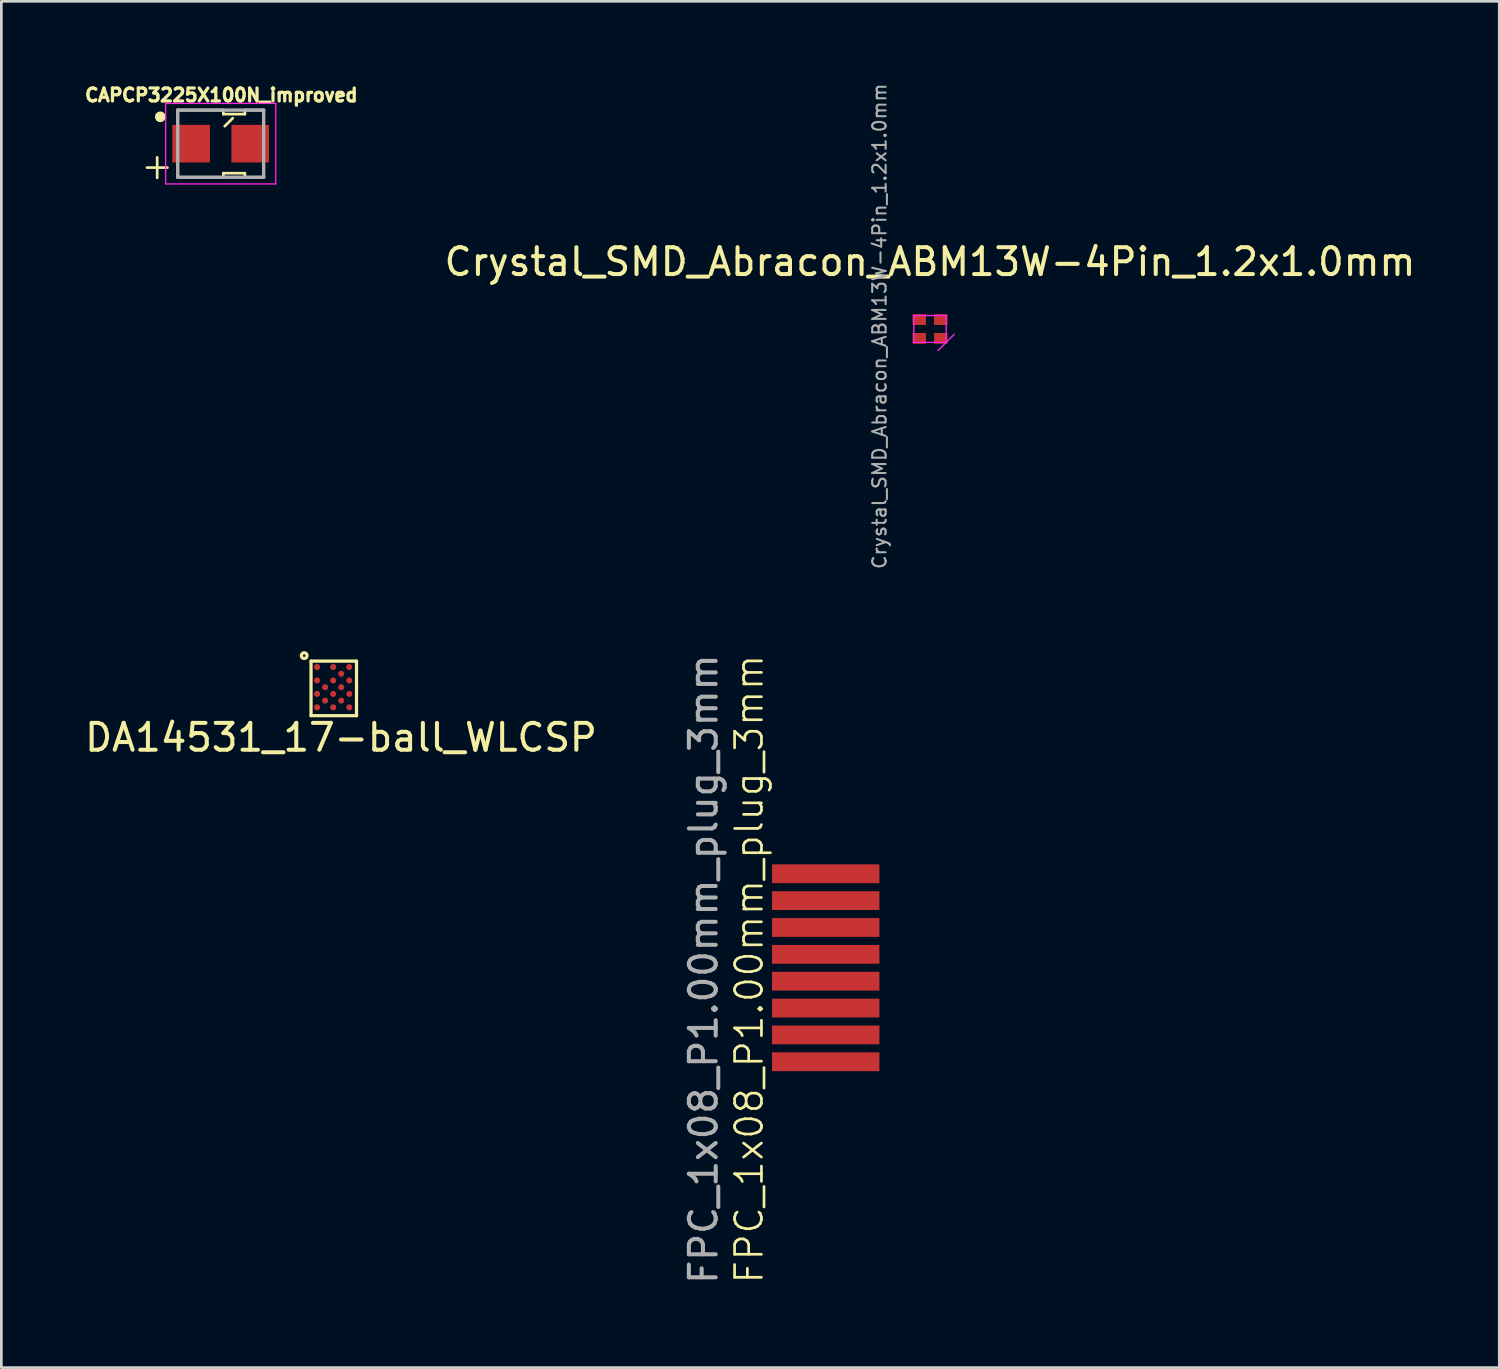
<source format=kicad_pcb>
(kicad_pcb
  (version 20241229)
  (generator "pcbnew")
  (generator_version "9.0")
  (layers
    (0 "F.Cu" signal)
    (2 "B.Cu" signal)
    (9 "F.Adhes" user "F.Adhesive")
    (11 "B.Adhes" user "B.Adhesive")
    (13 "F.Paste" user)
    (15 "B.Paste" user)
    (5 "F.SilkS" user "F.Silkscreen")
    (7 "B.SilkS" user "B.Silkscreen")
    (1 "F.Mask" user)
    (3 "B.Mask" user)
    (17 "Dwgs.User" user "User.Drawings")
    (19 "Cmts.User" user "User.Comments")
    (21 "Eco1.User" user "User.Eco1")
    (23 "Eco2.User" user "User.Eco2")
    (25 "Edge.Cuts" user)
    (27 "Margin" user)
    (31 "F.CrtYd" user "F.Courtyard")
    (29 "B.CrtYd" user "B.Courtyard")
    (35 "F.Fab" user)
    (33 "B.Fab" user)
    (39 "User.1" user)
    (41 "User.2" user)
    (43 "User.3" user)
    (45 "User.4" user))
  (footprint "DA14531_17-ball_WLCSP"
    (layer "F.Cu")
    (at 9.378 22.583)
    (property "Reference" "DA14531_17-ball_WLCSP" (at 0.271 1.829 0) (layer "F.SilkS") (effects (font (size 1 1) (thickness 0.15))))
    (attr through_hole)
    (fp_line (start -0.846 -1.016) (end -0.846 1.016) (stroke (width 0.12) (type solid)) (layer "F.SilkS"))
    (fp_line (start -0.846 1.016) (end 0.847 1.016) (stroke (width 0.12) (type solid)) (layer "F.SilkS"))
    (fp_line (start 0.847 -1.016) (end -0.846 -1.016) (stroke (width 0.12) (type solid)) (layer "F.SilkS"))
    (fp_line (start 0.847 1.016) (end 0.847 -1.016) (stroke (width 0.12) (type solid)) (layer "F.SilkS"))
    (fp_circle (center -1.1 -1.219) (end -1.024 -1.143) (stroke (width 0.12) (type solid)) (fill no) (layer "F.SilkS"))
    (pad "A1" smd circle (at -0.622 -0.795) (size 0.227 0.227) (layers "F.Cu" "F.Mask" "F.Paste"))
    (pad "A3" smd circle (at -0.022 -0.795) (size 0.227 0.227) (layers "F.Cu" "F.Mask" "F.Paste"))
    (pad "A5" smd circle (at 0.578 -0.795) (size 0.227 0.227) (layers "F.Cu" "F.Mask" "F.Paste"))
    (pad "B4" smd circle (at 0.278 -0.545) (size 0.227 0.227) (layers "F.Cu" "F.Mask" "F.Paste"))
    (pad "C1" smd circle (at -0.622 -0.295) (size 0.227 0.227) (layers "F.Cu" "F.Mask" "F.Paste"))
    (pad "C3" smd circle (at -0.022 -0.295) (size 0.227 0.227) (layers "F.Cu" "F.Mask" "F.Paste"))
    (pad "C5" smd circle (at 0.578 -0.295) (size 0.227 0.227) (layers "F.Cu" "F.Mask" "F.Paste"))
    (pad "D2" smd circle (at -0.322 -0.045) (size 0.227 0.227) (layers "F.Cu" "F.Mask" "F.Paste"))
    (pad "D4" smd circle (at 0.278 -0.045) (size 0.227 0.227) (layers "F.Cu" "F.Mask" "F.Paste"))
    (pad "E1" smd circle (at -0.622 0.205) (size 0.227 0.227) (layers "F.Cu" "F.Mask" "F.Paste"))
    (pad "E3" smd circle (at -0.022 0.205) (size 0.227 0.227) (layers "F.Cu" "F.Mask" "F.Paste"))
    (pad "E5" smd circle (at 0.578 0.205) (size 0.227 0.227) (layers "F.Cu" "F.Mask" "F.Paste"))
    (pad "F2" smd circle (at -0.322 0.455) (size 0.227 0.227) (layers "F.Cu" "F.Mask" "F.Paste"))
    (pad "F4" smd circle (at 0.278 0.455) (size 0.227 0.227) (layers "F.Cu" "F.Mask" "F.Paste"))
    (pad "G1" smd circle (at -0.622 0.705) (size 0.227 0.227) (layers "F.Cu" "F.Mask" "F.Paste"))
    (pad "G3" smd circle (at -0.022 0.705) (size 0.227 0.227) (layers "F.Cu" "F.Mask" "F.Paste"))
    (pad "G5" smd circle (at 0.578 0.705) (size 0.227 0.227) (layers "F.Cu" "F.Mask" "F.Paste")))
  (footprint "CAPCP3225X100N_improved"
    (layer "F.Cu")
    (at 5.168 2.3)
    (property "Reference" "CAPCP3225X100N_improved" (at 0.024 -1.808 0) (layer "F.SilkS") (effects (font (size 0.481 0.481) (thickness 0.15))))
    (attr smd)
    (fp_line (start -1.6 -1.25) (end -1.6 -1) (stroke (width 0.1) (type default)) (layer "F.SilkS"))
    (fp_line (start -1.6 1.25) (end -1.6 1) (stroke (width 0.1) (type default)) (layer "F.SilkS"))
    (fp_line (start 0.1 -1.25) (end -1.6 -1.25) (stroke (width 0.1) (type default)) (layer "F.SilkS"))
    (fp_line (start 0.1 -1.1) (end 0.1 -1.25) (stroke (width 0.1) (type default)) (layer "F.SilkS"))
    (fp_line (start 0.1 1.1) (end 0.1 1.25) (stroke (width 0.1) (type default)) (layer "F.SilkS"))
    (fp_line (start 0.1 1.25) (end -1.6 1.25) (stroke (width 0.1) (type default)) (layer "F.SilkS"))
    (fp_line (start 0.45 -0.95) (end 0.15 -0.65) (stroke (width 0.1) (type default)) (layer "F.SilkS"))
    (fp_line (start 0.9 -1.25) (end 0.9 -1.1) (stroke (width 0.1) (type default)) (layer "F.SilkS"))
    (fp_line (start 0.9 -1.1) (end 0.1 -1.1) (stroke (width 0.1) (type default)) (layer "F.SilkS"))
    (fp_line (start 0.9 1.1) (end 0.1 1.1) (stroke (width 0.1) (type default)) (layer "F.SilkS"))
    (fp_line (start 0.9 1.25) (end 0.9 1.1) (stroke (width 0.1) (type default)) (layer "F.SilkS"))
    (fp_line (start 1.6 -1.25) (end 0.9 -1.25) (stroke (width 0.1) (type default)) (layer "F.SilkS"))
    (fp_line (start 1.6 -1) (end 1.6 -1.25) (stroke (width 0.1) (type default)) (layer "F.SilkS"))
    (fp_line (start 1.6 1) (end 1.6 1.25) (stroke (width 0.1) (type default)) (layer "F.SilkS"))
    (fp_line (start 1.6 1.25) (end 0.9 1.25) (stroke (width 0.1) (type default)) (layer "F.SilkS"))
    (fp_circle (center -2.25 -1) (end -2.15 -1) (stroke (width 0.2) (type solid)) (fill no) (layer "F.SilkS"))
    (fp_line (start -2.05 -1.5) (end 2.05 -1.5) (stroke (width 0.05) (type solid)) (layer "F.CrtYd"))
    (fp_line (start -2.05 1.5) (end -2.05 -1.5) (stroke (width 0.05) (type solid)) (layer "F.CrtYd"))
    (fp_line (start 2.05 -1.5) (end 2.05 1.5) (stroke (width 0.05) (type solid)) (layer "F.CrtYd"))
    (fp_line (start 2.05 1.5) (end -2.05 1.5) (stroke (width 0.05) (type solid)) (layer "F.CrtYd"))
    (fp_line (start -1.6 -1.25) (end 1.6 -1.25) (stroke (width 0.127) (type solid)) (layer "F.Fab"))
    (fp_line (start -1.6 1.25) (end -1.6 -1.25) (stroke (width 0.127) (type solid)) (layer "F.Fab"))
    (fp_line (start 1.6 -1.25) (end 1.6 1.25) (stroke (width 0.127) (type solid)) (layer "F.Fab"))
    (fp_line (start 1.6 1.25) (end -1.6 1.25) (stroke (width 0.127) (type solid)) (layer "F.Fab"))
    (fp_text user "+" (at -3.05 1.4 0) (unlocked yes) (layer "F.SilkS") (effects (font (size 1 1) (thickness 0.1)) (justify left bottom)))
    (pad "1" smd rect (at -1.1 0 180) (size 1.4 1.4) (layers "F.Cu" "F.Mask" "F.Paste"))
    (pad "2" smd rect (at 1.1 0 180) (size 1.4 1.4) (layers "F.Cu" "F.Mask" "F.Paste")))
  (footprint "Crystal_SMD_Abracon_ABM13W-4Pin_1.2x1.0mm"
    (layer "F.Cu")
    (at 31.58 9.2)
    (property "Reference" "Crystal_SMD_Abracon_ABM13W-4Pin_1.2x1.0mm" (at 0 -2.5 0) (layer "F.SilkS") (effects (font (size 1 1) (thickness 0.15))))
    (attr smd)
    (fp_line (start -0.6 -0.5) (end -0.6 0.5) (stroke (width 0.05) (type solid)) (layer "F.CrtYd"))
    (fp_line (start -0.6 -0.5) (end 0.6 -0.5) (stroke (width 0.05) (type solid)) (layer "F.CrtYd"))
    (fp_line (start -0.6 0.5) (end 0.6 0.5) (stroke (width 0.05) (type solid)) (layer "F.CrtYd"))
    (fp_line (start 0.3 0.8) (end 0.9 0.2) (stroke (width 0.05) (type solid)) (layer "F.CrtYd"))
    (fp_line (start 0.6 -0.5) (end 0.6 0.5) (stroke (width 0.05) (type solid)) (layer "F.CrtYd"))
    (fp_text user "${REFERENCE}" (at -1.88 -0.102 90) (layer "F.Fab") (effects (font (size 0.5 0.5) (thickness 0.075))))
    (pad "1" smd rect (at -0.4 0.35) (size 0.5 0.4) (layers "F.Cu" "F.Mask" "F.Paste"))
    (pad "2" smd rect (at 0.4 0.35) (size 0.5 0.4) (layers "F.Cu" "F.Mask" "F.Paste"))
    (pad "3" smd rect (at 0.4 -0.35) (size 0.5 0.4) (layers "F.Cu" "F.Mask" "F.Paste"))
    (pad "4" smd rect (at -0.4 -0.35) (size 0.5 0.4) (layers "F.Cu" "F.Mask" "F.Paste")))
  (footprint "FPC_1x08_P1.00mm_plug_3mm"
    (layer "F.Cu")
    (at 25.696 32.986)
    (property "Reference" "FPC_1x08_P1.00mm_plug_3mm" (at -0.85 0.05 90) (unlocked yes) (layer "F.SilkS") (effects (font (size 1 1) (thickness 0.1))))
    (attr smd)
    (fp_text user "${REFERENCE}" (at -2.55 0.05 90) (unlocked yes) (layer "F.Fab") (effects (font (size 1 1) (thickness 0.15))))
    (pad "1" connect rect (at 2 -3.5) (size 4 0.7) (layers "F.Cu" "F.Mask"))
    (pad "2" connect rect (at 2 -2.5) (size 4 0.7) (layers "F.Cu" "F.Mask"))
    (pad "3" connect rect (at 2 -1.5) (size 4 0.7) (layers "F.Cu" "F.Mask"))
    (pad "4" connect rect (at 2 -0.5) (size 4 0.7) (layers "F.Cu" "F.Mask"))
    (pad "5" connect rect (at 2 0.5) (size 4 0.7) (layers "F.Cu" "F.Mask"))
    (pad "6" connect rect (at 2 1.5) (size 4 0.7) (layers "F.Cu" "F.Mask"))
    (pad "7" connect rect (at 2 2.5) (size 4 0.7) (layers "F.Cu" "F.Mask"))
    (pad "8" connect rect (at 2 3.5) (size 4 0.7) (layers "F.Cu" "F.Mask")))
  (gr_rect
    (start -3 -3)
    (end 52.777 47.875)
    (stroke (width 0.1) (type default))
    (fill no)
    (layer "Edge.Cuts")))
</source>
